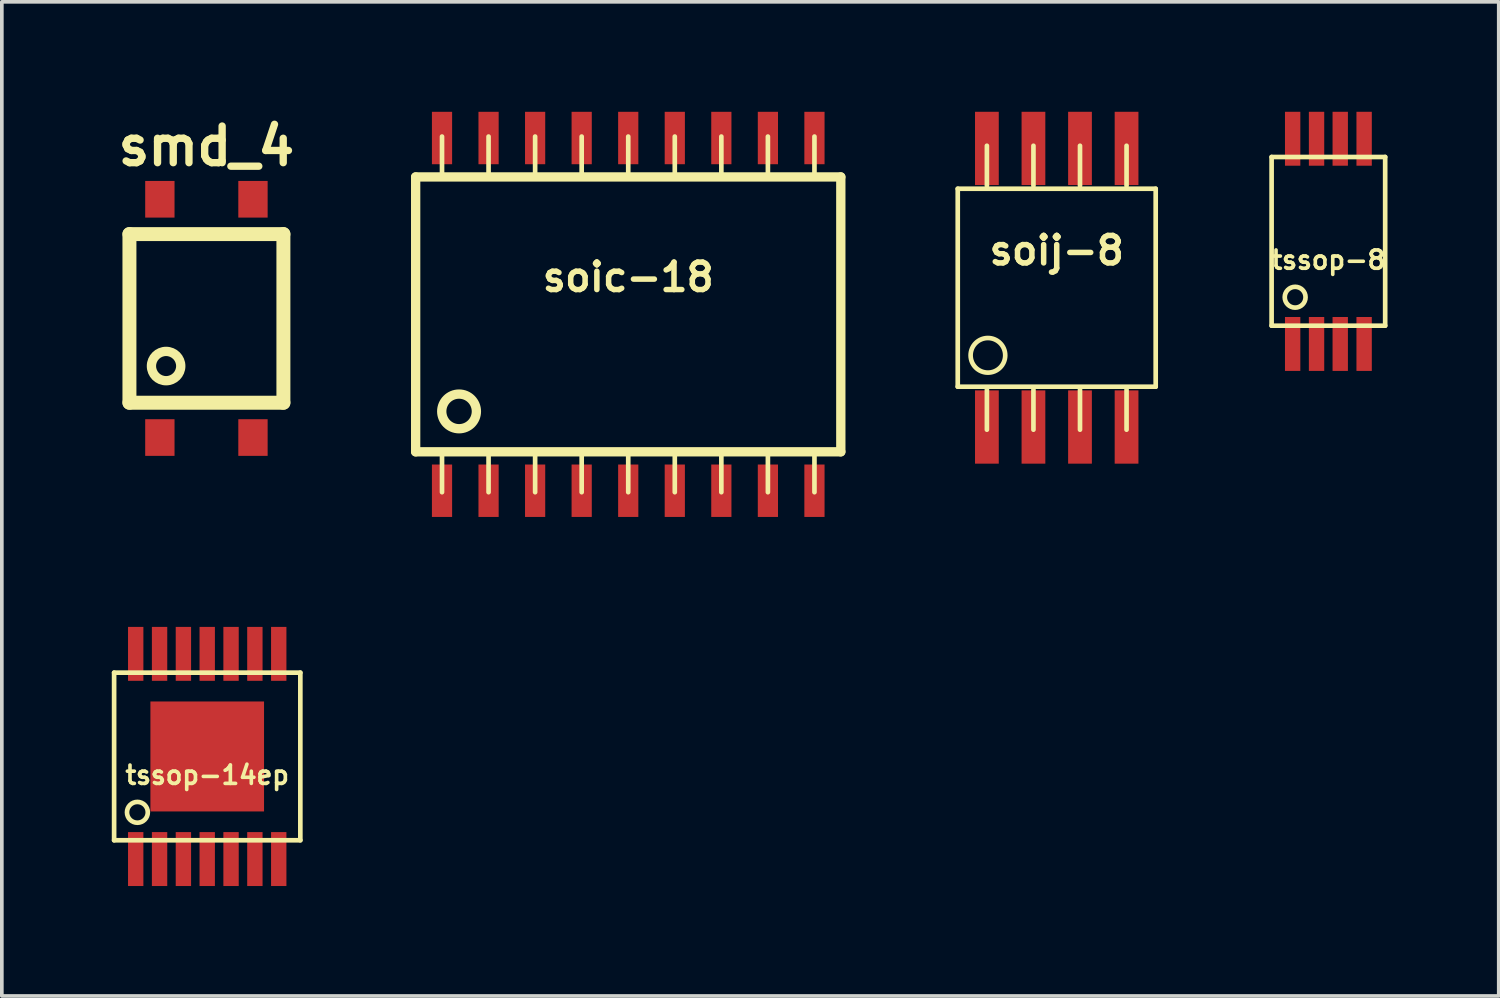
<source format=kicad_pcb>
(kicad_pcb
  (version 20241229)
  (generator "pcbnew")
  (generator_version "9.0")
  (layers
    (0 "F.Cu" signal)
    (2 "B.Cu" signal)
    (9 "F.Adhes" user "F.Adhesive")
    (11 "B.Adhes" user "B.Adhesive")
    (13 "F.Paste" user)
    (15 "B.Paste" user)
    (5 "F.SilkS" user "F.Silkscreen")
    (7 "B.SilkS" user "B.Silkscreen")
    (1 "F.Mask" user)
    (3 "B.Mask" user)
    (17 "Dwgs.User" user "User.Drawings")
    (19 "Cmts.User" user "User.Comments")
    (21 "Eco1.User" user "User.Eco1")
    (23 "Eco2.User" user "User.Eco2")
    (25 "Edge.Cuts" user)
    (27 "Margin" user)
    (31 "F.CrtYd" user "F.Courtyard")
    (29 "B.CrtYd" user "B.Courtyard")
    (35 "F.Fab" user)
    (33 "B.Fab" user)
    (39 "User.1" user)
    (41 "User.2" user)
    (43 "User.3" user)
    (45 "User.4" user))
  (footprint "soic-18"
    (layer "F.Cu")
    (at 14.088 5.526)
    (property "Reference" "soic-18" (at 0 -1.016 0) (layer "F.SilkS") (effects (font (size 0.749 0.749) (thickness 0.15))))
    (attr through_hole)
    (fp_line (start -5.799 -3.749) (end -5.799 3.749) (stroke (width 0.254) (type solid)) (layer "F.SilkS"))
    (fp_line (start -5.799 3.749) (end 5.799 3.749) (stroke (width 0.254) (type solid)) (layer "F.SilkS"))
    (fp_line (start -5.08 -3.759) (end -5.08 -4.851) (stroke (width 0.127) (type solid)) (layer "F.SilkS"))
    (fp_line (start -5.08 4.851) (end -5.08 3.759) (stroke (width 0.127) (type solid)) (layer "F.SilkS"))
    (fp_line (start -3.81 -3.759) (end -3.81 -4.851) (stroke (width 0.127) (type solid)) (layer "F.SilkS"))
    (fp_line (start -3.81 3.759) (end -3.81 4.851) (stroke (width 0.127) (type solid)) (layer "F.SilkS"))
    (fp_line (start -2.54 -3.759) (end -2.54 -4.851) (stroke (width 0.127) (type solid)) (layer "F.SilkS"))
    (fp_line (start -2.54 4.851) (end -2.54 3.759) (stroke (width 0.127) (type solid)) (layer "F.SilkS"))
    (fp_line (start -1.27 -4.851) (end -1.27 -3.759) (stroke (width 0.127) (type solid)) (layer "F.SilkS"))
    (fp_line (start -1.27 4.851) (end -1.27 3.759) (stroke (width 0.127) (type solid)) (layer "F.SilkS"))
    (fp_line (start 0 -4.851) (end 0 -3.759) (stroke (width 0.127) (type solid)) (layer "F.SilkS"))
    (fp_line (start 0 4.851) (end 0 3.759) (stroke (width 0.127) (type solid)) (layer "F.SilkS"))
    (fp_line (start 1.27 -4.851) (end 1.27 -3.759) (stroke (width 0.127) (type solid)) (layer "F.SilkS"))
    (fp_line (start 1.27 4.851) (end 1.27 3.759) (stroke (width 0.127) (type solid)) (layer "F.SilkS"))
    (fp_line (start 2.54 -3.759) (end 2.54 -4.851) (stroke (width 0.127) (type solid)) (layer "F.SilkS"))
    (fp_line (start 2.54 3.759) (end 2.54 4.851) (stroke (width 0.127) (type solid)) (layer "F.SilkS"))
    (fp_line (start 3.81 -3.759) (end 3.81 -4.851) (stroke (width 0.127) (type solid)) (layer "F.SilkS"))
    (fp_line (start 3.81 3.759) (end 3.81 4.851) (stroke (width 0.127) (type solid)) (layer "F.SilkS"))
    (fp_line (start 5.08 -3.759) (end 5.08 -4.851) (stroke (width 0.127) (type solid)) (layer "F.SilkS"))
    (fp_line (start 5.08 3.759) (end 5.08 4.851) (stroke (width 0.127) (type solid)) (layer "F.SilkS"))
    (fp_line (start 5.799 -3.749) (end -5.799 -3.749) (stroke (width 0.254) (type solid)) (layer "F.SilkS"))
    (fp_line (start 5.799 3.749) (end 5.799 -3.749) (stroke (width 0.254) (type solid)) (layer "F.SilkS"))
    (fp_circle (center -4.615 2.647) (end -4.895 3.028) (stroke (width 0.254) (type solid)) (fill no) (layer "F.SilkS"))
    (pad "1" smd rect (at -5.08 4.811) (size 0.551 1.43) (layers "F.Cu" "F.Mask" "F.Paste"))
    (pad "2" smd rect (at -3.81 4.811) (size 0.551 1.43) (layers "F.Cu" "F.Mask" "F.Paste"))
    (pad "3" smd rect (at -2.54 4.811) (size 0.551 1.43) (layers "F.Cu" "F.Mask" "F.Paste"))
    (pad "4" smd rect (at -1.27 4.811) (size 0.551 1.43) (layers "F.Cu" "F.Mask" "F.Paste"))
    (pad "5" smd rect (at 0 4.811) (size 0.551 1.43) (layers "F.Cu" "F.Mask" "F.Paste"))
    (pad "6" smd rect (at 1.27 4.811) (size 0.551 1.43) (layers "F.Cu" "F.Mask" "F.Paste"))
    (pad "7" smd rect (at 2.54 4.811) (size 0.551 1.43) (layers "F.Cu" "F.Mask" "F.Paste"))
    (pad "8" smd rect (at 3.81 4.811) (size 0.551 1.43) (layers "F.Cu" "F.Mask" "F.Paste"))
    (pad "9" smd rect (at 5.08 4.811) (size 0.551 1.43) (layers "F.Cu" "F.Mask" "F.Paste"))
    (pad "10" smd rect (at 5.08 -4.811) (size 0.551 1.43) (layers "F.Cu" "F.Mask" "F.Paste"))
    (pad "11" smd rect (at 3.81 -4.811) (size 0.551 1.43) (layers "F.Cu" "F.Mask" "F.Paste"))
    (pad "12" smd rect (at 2.54 -4.811) (size 0.551 1.43) (layers "F.Cu" "F.Mask" "F.Paste"))
    (pad "13" smd rect (at 1.27 -4.811) (size 0.551 1.43) (layers "F.Cu" "F.Mask" "F.Paste"))
    (pad "14" smd rect (at 0 -4.811) (size 0.551 1.43) (layers "F.Cu" "F.Mask" "F.Paste"))
    (pad "15" smd rect (at -1.27 -4.811) (size 0.551 1.43) (layers "F.Cu" "F.Mask" "F.Paste"))
    (pad "16" smd rect (at -2.54 -4.811) (size 0.551 1.43) (layers "F.Cu" "F.Mask" "F.Paste"))
    (pad "17" smd rect (at -3.81 -4.811) (size 0.551 1.43) (layers "F.Cu" "F.Mask" "F.Paste"))
    (pad "18" smd rect (at -5.08 -4.811) (size 0.551 1.43) (layers "F.Cu" "F.Mask" "F.Paste")))
  (footprint "tssop-8"
    (layer "F.Cu")
    (at 33.188 3.534)
    (property "Reference" "tssop-8" (at 0 0.508 0) (layer "F.SilkS") (effects (font (size 0.5 0.5) (thickness 0.099))))
    (attr through_hole)
    (fp_line (start -1.549 -2.301) (end -1.549 2.301) (stroke (width 0.127) (type solid)) (layer "F.SilkS"))
    (fp_line (start -1.549 2.301) (end 1.549 2.301) (stroke (width 0.127) (type solid)) (layer "F.SilkS"))
    (fp_line (start 1.549 -2.301) (end -1.549 -2.301) (stroke (width 0.127) (type solid)) (layer "F.SilkS"))
    (fp_line (start 1.549 2.301) (end 1.549 -2.301) (stroke (width 0.127) (type solid)) (layer "F.SilkS"))
    (fp_circle (center -0.907 1.524) (end -1.034 1.778) (stroke (width 0.127) (type solid)) (fill no) (layer "F.SilkS"))
    (pad "1" smd rect (at -0.975 2.799) (size 0.419 1.471) (layers "F.Cu" "F.Mask" "F.Paste"))
    (pad "2" smd rect (at -0.323 2.799) (size 0.419 1.471) (layers "F.Cu" "F.Mask" "F.Paste"))
    (pad "3" smd rect (at 0.323 2.799) (size 0.419 1.471) (layers "F.Cu" "F.Mask" "F.Paste"))
    (pad "4" smd rect (at 0.975 2.799) (size 0.419 1.471) (layers "F.Cu" "F.Mask" "F.Paste"))
    (pad "5" smd rect (at 0.975 -2.799) (size 0.419 1.471) (layers "F.Cu" "F.Mask" "F.Paste"))
    (pad "6" smd rect (at 0.323 -2.799) (size 0.419 1.471) (layers "F.Cu" "F.Mask" "F.Paste"))
    (pad "7" smd rect (at -0.323 -2.799) (size 0.419 1.471) (layers "F.Cu" "F.Mask" "F.Paste"))
    (pad "8" smd rect (at -0.975 -2.799) (size 0.419 1.471) (layers "F.Cu" "F.Mask" "F.Paste")))
  (footprint "soij-8"
    (layer "F.Cu")
    (at 25.777 4.799)
    (property "Reference" "soij-8" (at 0 -1.016 0) (layer "F.SilkS") (effects (font (size 0.749 0.749) (thickness 0.15))))
    (attr through_hole)
    (fp_line (start -2.7 -2.7) (end 2.7 -2.7) (stroke (width 0.127) (type solid)) (layer "F.SilkS"))
    (fp_line (start -2.7 2.7) (end -2.7 -2.7) (stroke (width 0.127) (type solid)) (layer "F.SilkS"))
    (fp_line (start -1.905 -2.781) (end -1.905 -3.873) (stroke (width 0.127) (type solid)) (layer "F.SilkS"))
    (fp_line (start -1.905 3.873) (end -1.905 2.781) (stroke (width 0.127) (type solid)) (layer "F.SilkS"))
    (fp_line (start -0.635 -2.781) (end -0.635 -3.873) (stroke (width 0.127) (type solid)) (layer "F.SilkS"))
    (fp_line (start -0.635 3.873) (end -0.635 2.781) (stroke (width 0.127) (type solid)) (layer "F.SilkS"))
    (fp_line (start 0.635 -2.781) (end 0.635 -3.873) (stroke (width 0.127) (type solid)) (layer "F.SilkS"))
    (fp_line (start 0.635 3.873) (end 0.635 2.781) (stroke (width 0.127) (type solid)) (layer "F.SilkS"))
    (fp_line (start 1.905 -3.873) (end 1.905 -2.781) (stroke (width 0.127) (type solid)) (layer "F.SilkS"))
    (fp_line (start 1.905 2.781) (end 1.905 3.873) (stroke (width 0.127) (type solid)) (layer "F.SilkS"))
    (fp_line (start 2.7 -2.7) (end 2.7 2.7) (stroke (width 0.127) (type solid)) (layer "F.SilkS"))
    (fp_line (start 2.7 2.7) (end -2.7 2.7) (stroke (width 0.127) (type solid)) (layer "F.SilkS"))
    (fp_circle (center -1.877 1.844) (end -2.156 2.225) (stroke (width 0.127) (type solid)) (fill no) (layer "F.SilkS"))
    (pad "1" smd rect (at -1.905 3.8) (size 0.648 1.999) (layers "F.Cu" "F.Mask" "F.Paste"))
    (pad "2" smd rect (at -0.635 3.8) (size 0.648 1.999) (layers "F.Cu" "F.Mask" "F.Paste"))
    (pad "3" smd rect (at 0.635 3.8) (size 0.648 1.999) (layers "F.Cu" "F.Mask" "F.Paste"))
    (pad "4" smd rect (at 1.905 3.8) (size 0.648 1.999) (layers "F.Cu" "F.Mask" "F.Paste"))
    (pad "5" smd rect (at 1.905 -3.8) (size 0.648 1.999) (layers "F.Cu" "F.Mask" "F.Paste"))
    (pad "6" smd rect (at 0.635 -3.8) (size 0.648 1.999) (layers "F.Cu" "F.Mask" "F.Paste"))
    (pad "7" smd rect (at -0.635 -3.8) (size 0.648 1.999) (layers "F.Cu" "F.Mask" "F.Paste"))
    (pad "8" smd rect (at -1.905 -3.8) (size 0.648 1.999) (layers "F.Cu" "F.Mask" "F.Paste")))
  (footprint "tssop-14ep"
    (layer "F.Cu")
    (at 2.603 17.586)
    (property "Reference" "tssop-14ep" (at 0 0.508 0) (layer "F.SilkS") (effects (font (size 0.5 0.5) (thickness 0.099))))
    (attr through_hole)
    (fp_line (start -2.54 -2.286) (end -2.54 2.286) (stroke (width 0.127) (type solid)) (layer "F.SilkS"))
    (fp_line (start -2.54 2.286) (end 2.54 2.286) (stroke (width 0.127) (type solid)) (layer "F.SilkS"))
    (fp_line (start 2.54 -2.286) (end -2.54 -2.286) (stroke (width 0.127) (type solid)) (layer "F.SilkS"))
    (fp_line (start 2.54 2.286) (end 2.54 -2.286) (stroke (width 0.127) (type solid)) (layer "F.SilkS"))
    (fp_circle (center -1.905 1.524) (end -2.032 1.778) (stroke (width 0.127) (type solid)) (fill no) (layer "F.SilkS"))
    (pad "" smd rect (at -1 -1) (size 0.8 0.8) (layers "F.Paste"))
    (pad "" smd rect (at -1 0) (size 0.8 0.8) (layers "F.Paste"))
    (pad "" smd rect (at -1 1) (size 0.8 0.8) (layers "F.Paste"))
    (pad "" smd rect (at 0 -1) (size 0.8 0.8) (layers "F.Paste"))
    (pad "" smd rect (at 0 0) (size 0.8 0.8) (layers "F.Paste"))
    (pad "" smd rect (at 0 1) (size 0.8 0.8) (layers "F.Paste"))
    (pad "" smd rect (at 1 -1) (size 0.8 0.8) (layers "F.Paste"))
    (pad "" smd rect (at 1 0) (size 0.8 0.8) (layers "F.Paste"))
    (pad "" smd rect (at 1 1) (size 0.8 0.8) (layers "F.Paste"))
    (pad "1" smd rect (at -1.951 2.799) (size 0.419 1.471) (layers "F.Cu" "F.Mask" "F.Paste"))
    (pad "2" smd rect (at -1.3 2.799) (size 0.419 1.471) (layers "F.Cu" "F.Mask" "F.Paste"))
    (pad "3" smd rect (at -0.65 2.799) (size 0.419 1.471) (layers "F.Cu" "F.Mask" "F.Paste"))
    (pad "4" smd rect (at 0 2.799) (size 0.419 1.471) (layers "F.Cu" "F.Mask" "F.Paste"))
    (pad "5" smd rect (at 0.65 2.799) (size 0.419 1.471) (layers "F.Cu" "F.Mask" "F.Paste"))
    (pad "6" smd rect (at 1.3 2.799) (size 0.419 1.471) (layers "F.Cu" "F.Mask" "F.Paste"))
    (pad "7" smd rect (at 1.951 2.799) (size 0.419 1.471) (layers "F.Cu" "F.Mask" "F.Paste"))
    (pad "8" smd rect (at 1.951 -2.799) (size 0.419 1.471) (layers "F.Cu" "F.Mask" "F.Paste"))
    (pad "9" smd rect (at 1.3 -2.799) (size 0.419 1.471) (layers "F.Cu" "F.Mask" "F.Paste"))
    (pad "10" smd rect (at 0.65 -2.799) (size 0.419 1.471) (layers "F.Cu" "F.Mask" "F.Paste"))
    (pad "11" smd rect (at 0 -2.799) (size 0.419 1.471) (layers "F.Cu" "F.Mask" "F.Paste"))
    (pad "12" smd rect (at -0.65 -2.799) (size 0.419 1.471) (layers "F.Cu" "F.Mask" "F.Paste"))
    (pad "13" smd rect (at -1.3 -2.799) (size 0.419 1.471) (layers "F.Cu" "F.Mask" "F.Paste"))
    (pad "14" smd rect (at -1.951 -2.799) (size 0.419 1.471) (layers "F.Cu" "F.Mask" "F.Paste"))
    (pad "15" smd rect (at 0 0) (size 3.1 3) (layers "F.Cu" "F.Mask")))
  (footprint "smd_4"
    (layer "F.Cu")
    (at 2.581 5.636)
    (property "Reference" "smd_4" (at 0 -4.7 0) (layer "F.SilkS") (effects (font (size 1 1) (thickness 0.2))))
    (attr through_hole)
    (fp_line (start -2.1 -2.3) (end -2.1 2.3) (stroke (width 0.381) (type solid)) (layer "F.SilkS"))
    (fp_line (start -2.1 2.3) (end 2.1 2.3) (stroke (width 0.381) (type solid)) (layer "F.SilkS"))
    (fp_line (start 2.1 -2.3) (end -2.1 -2.3) (stroke (width 0.381) (type solid)) (layer "F.SilkS"))
    (fp_line (start 2.1 2.3) (end 2.1 -2.3) (stroke (width 0.381) (type solid)) (layer "F.SilkS"))
    (fp_circle (center -1.1 1.3) (end -1.1 1.7) (stroke (width 0.254) (type solid)) (fill no) (layer "F.SilkS"))
    (pad "1" smd rect (at -1.27 3.25) (size 0.8 1) (layers "F.Cu" "F.Mask" "F.Paste"))
    (pad "2" smd rect (at 1.27 3.25) (size 0.8 1) (layers "F.Cu" "F.Mask" "F.Paste"))
    (pad "3" smd rect (at 1.27 -3.25) (size 0.8 1) (layers "F.Cu" "F.Mask" "F.Paste"))
    (pad "4" smd rect (at -1.27 -3.25) (size 0.8 1) (layers "F.Cu" "F.Mask" "F.Paste")))
  (gr_rect
    (start -3 -3)
    (end 37.835 24.12)
    (stroke (width 0.1) (type default))
    (fill no)
    (layer "Edge.Cuts")))
</source>
